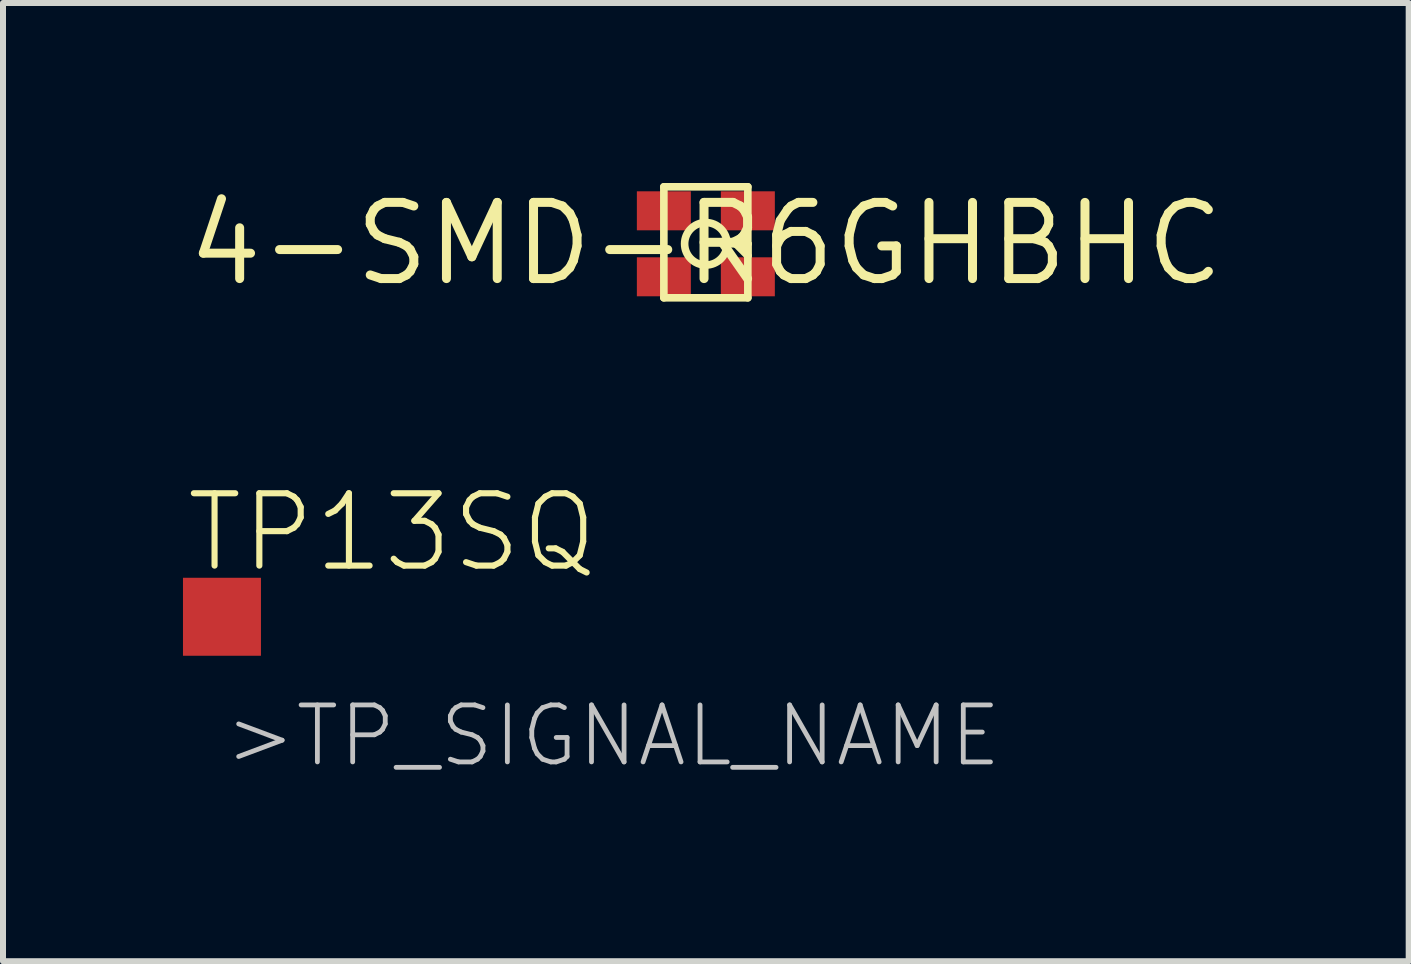
<source format=kicad_pcb>
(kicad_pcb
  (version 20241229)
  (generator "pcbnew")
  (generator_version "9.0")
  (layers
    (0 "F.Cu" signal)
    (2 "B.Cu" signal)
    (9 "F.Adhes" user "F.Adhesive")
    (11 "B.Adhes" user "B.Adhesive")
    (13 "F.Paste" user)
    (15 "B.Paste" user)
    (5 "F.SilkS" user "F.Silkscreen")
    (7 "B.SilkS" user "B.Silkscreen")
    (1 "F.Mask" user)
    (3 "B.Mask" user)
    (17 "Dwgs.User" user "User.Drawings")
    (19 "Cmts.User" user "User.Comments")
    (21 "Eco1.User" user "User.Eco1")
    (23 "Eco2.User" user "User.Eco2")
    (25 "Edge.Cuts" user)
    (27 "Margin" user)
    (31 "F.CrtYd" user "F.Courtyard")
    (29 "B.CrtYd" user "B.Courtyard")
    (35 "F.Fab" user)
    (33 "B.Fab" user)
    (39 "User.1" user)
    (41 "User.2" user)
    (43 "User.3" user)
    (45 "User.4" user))
  (footprint "4-SMD-R6GHBHC"
    (layer "F.Cu")
    (at 8.716 1.014)
    (property "Reference" "4-SMD-R6GHBHC" (at 0 0 0) (layer "F.SilkS") (effects (font (size 1.27 1.27) (thickness 0.15))))
    (attr through_hole)
    (fp_line (start -0.7 -0.95) (end 0.7 -0.95) (stroke (width 0.127) (type solid)) (layer "F.SilkS"))
    (fp_line (start -0.7 0.9) (end -0.7 -0.95) (stroke (width 0.127) (type solid)) (layer "F.SilkS"))
    (fp_line (start 0.4 0) (end 0.5 0) (stroke (width 0.127) (type solid)) (layer "F.SilkS"))
    (fp_line (start 0.5 0) (end 0.7 0) (stroke (width 0.127) (type solid)) (layer "F.SilkS"))
    (fp_line (start 0.7 -0.95) (end 0.7 0) (stroke (width 0.127) (type solid)) (layer "F.SilkS"))
    (fp_line (start 0.7 0) (end 0.7 0.2) (stroke (width 0.127) (type solid)) (layer "F.SilkS"))
    (fp_line (start 0.7 0) (end 0.7 0.2) (stroke (width 0.127) (type solid)) (layer "F.SilkS"))
    (fp_line (start 0.7 0.2) (end 0.5 0) (stroke (width 0.127) (type solid)) (layer "F.SilkS"))
    (fp_line (start 0.7 0.2) (end 0.7 0.9) (stroke (width 0.127) (type solid)) (layer "F.SilkS"))
    (fp_line (start 0.7 0.9) (end -0.7 0.9) (stroke (width 0.127) (type solid)) (layer "F.SilkS"))
    (fp_circle (center 0 0) (end 0.354 0) (stroke (width 0.127) (type solid)) (fill no) (layer "F.SilkS"))
    (pad "P$1" smd rect (at -0.7 0.55) (size 0.9 0.65) (layers "F.Cu" "F.Mask" "F.Paste"))
    (pad "P$2" smd rect (at 0.7 0.55) (size 0.9 0.65) (layers "F.Cu" "F.Mask" "F.Paste"))
    (pad "P$3" smd rect (at -0.7 -0.55) (size 0.9 0.65) (layers "F.Cu" "F.Mask" "F.Paste"))
    (pad "P$4" smd rect (at 0.7 -0.55) (size 0.9 0.65) (layers "F.Cu" "F.Mask" "F.Paste")))
  (footprint "TP13SQ"
    (layer "F.Cu")
    (at 0.65 7.231)
    (property "Reference" "TP13SQ" (at -0.65 -0.7 0) (layer "F.SilkS") (effects (font (size 1.206 1.206) (thickness 0.102)) (justify left bottom)))
    (attr through_hole)
    (fp_text user ">TP_SIGNAL_NAME" (at 0 2.54 0) (layer "Dwgs.User") (effects (font (size 0.95 0.95) (thickness 0.08)) (justify left bottom)))
    (pad "TP" smd rect (at 0 0) (size 1.3 1.3) (layers "F.Cu" "F.Mask")))
  (gr_rect
    (start -3 -3)
    (end 20.432 12.973)
    (stroke (width 0.1) (type default))
    (fill no)
    (layer "Edge.Cuts")))
</source>
